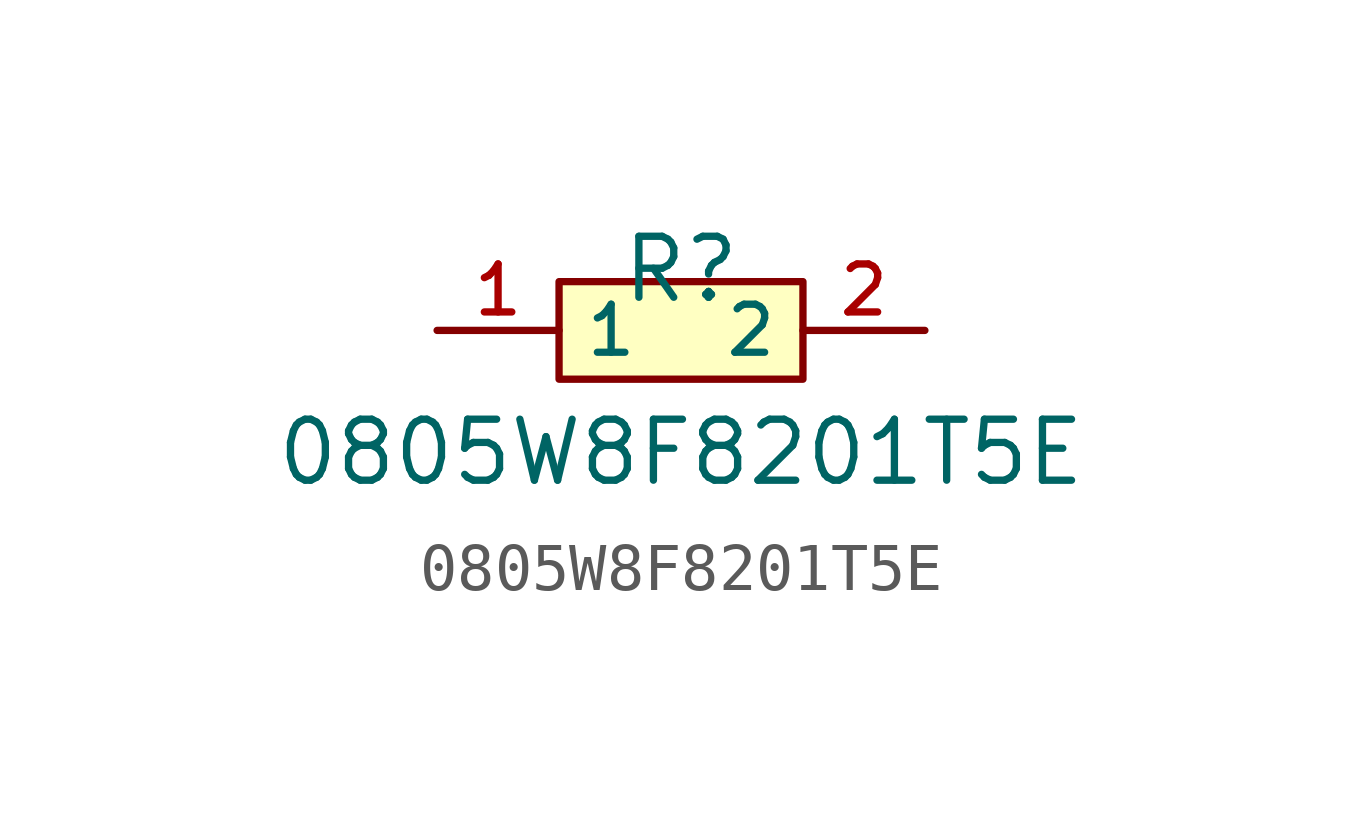
<source format=kicad_sym>
(kicad_symbol_lib
  (version 20210201)
  (generator TousstNicolas/JLC2KiCad_lib)
  (symbol "0805W8F8201T5E"
    (property "Reference" "R"
      (at 0 1.27 0)
      (effects (font (size 1.27 1.27))))
    (property "Value" "0805W8F8201T5E"
      (at 0 -2.54 0)
      (effects (font (size 1.27 1.27))))
    (symbol "0805W8F8201T5E_0_1"
      (pin input line (at 5.08 -0.0 180) (length 2.54) (name "2" (effects (font (size 1 1)))) (number "2" (effects (font (size 1 1)))))
      (pin input line (at -5.08 -0.0 0) (length 2.54) (name "1" (effects (font (size 1 1)))) (number "1" (effects (font (size 1 1)))))
      (rectangle (start -2.54 1.016) (end 2.54 -1.016) (stroke (width 0) (type default) (color 0 0 0 0)) (fill (type background))))))
</source>
